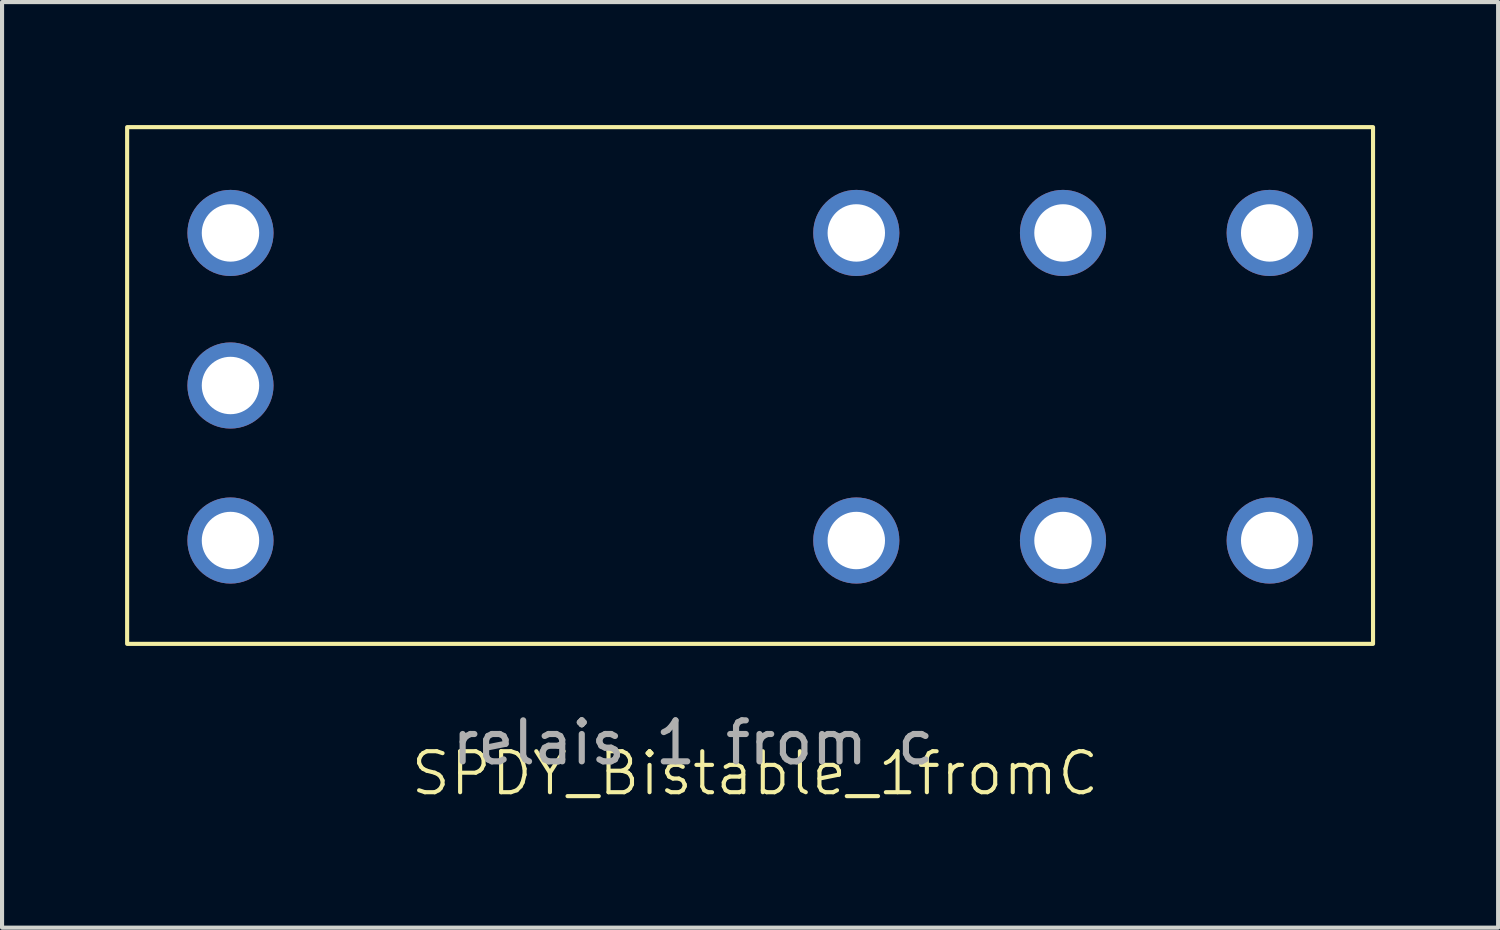
<source format=kicad_pcb>
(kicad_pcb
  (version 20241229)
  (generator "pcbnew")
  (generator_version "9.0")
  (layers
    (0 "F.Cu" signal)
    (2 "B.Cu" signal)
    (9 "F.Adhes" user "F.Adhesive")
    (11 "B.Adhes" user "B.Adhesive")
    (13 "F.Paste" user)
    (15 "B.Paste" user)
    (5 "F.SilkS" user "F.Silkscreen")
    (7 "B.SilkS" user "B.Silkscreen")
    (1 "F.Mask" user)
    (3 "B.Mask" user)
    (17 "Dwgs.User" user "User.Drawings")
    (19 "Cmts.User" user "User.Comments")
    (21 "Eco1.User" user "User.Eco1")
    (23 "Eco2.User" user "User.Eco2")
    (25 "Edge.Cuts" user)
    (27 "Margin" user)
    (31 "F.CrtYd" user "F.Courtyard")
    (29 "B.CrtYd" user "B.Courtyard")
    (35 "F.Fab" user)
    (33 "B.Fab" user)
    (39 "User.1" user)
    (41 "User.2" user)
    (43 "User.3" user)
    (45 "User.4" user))
  (footprint "SPDY_Bistable_1fromC"
    (layer "F.Cu")
    (at 15.24 6.35)
    (property "Reference" "SPDY_Bistable_1fromC" (at 0.12 9.46 0) (unlocked yes) (layer "F.SilkS") (effects (font (size 1 1) (thickness 0.1))))
    (attr smd)
    (fp_rect (start -15.19 -6.3) (end 15.19 6.3) (stroke (width 0.1) (type solid)) (fill no) (layer "F.SilkS"))
    (fp_text user "relais 1 from c" (at -1.39 8.71 0) (unlocked yes) (layer "F.Fab") (effects (font (size 1 1) (thickness 0.15))))
    (pad "1" thru_hole circle (at -12.67 -3.72) (size 2.1 2.1) (drill 1.4) (layers "*.Cu" "*.Mask"))
    (pad "2" thru_hole circle (at -12.67 3.78) (size 2.1 2.1) (drill 1.4) (layers "*.Cu" "*.Mask"))
    (pad "3" thru_hole circle (at -12.67 0) (size 2.1 2.1) (drill 1.4) (layers "*.Cu" "*.Mask"))
    (pad "4" thru_hole circle (at 2.59 -3.72) (size 2.1 2.1) (drill 1.4) (layers "*.Cu" "*.Mask"))
    (pad "5" thru_hole circle (at 2.59 3.78) (size 2.1 2.1) (drill 1.4) (layers "*.Cu" "*.Mask"))
    (pad "6" thru_hole circle (at 7.63 -3.72) (size 2.1 2.1) (drill 1.4) (layers "*.Cu" "*.Mask"))
    (pad "7" thru_hole circle (at 7.63 3.78) (size 2.1 2.1) (drill 1.4) (layers "*.Cu" "*.Mask"))
    (pad "8" thru_hole circle (at 12.67 -3.72) (size 2.1 2.1) (drill 1.4) (layers "*.Cu" "*.Mask"))
    (pad "9" thru_hole circle (at 12.67 3.78) (size 2.1 2.1) (drill 1.4) (layers "*.Cu" "*.Mask")))
  (gr_rect
    (start -3 -3)
    (end 33.48 19.57)
    (stroke (width 0.1) (type default))
    (fill no)
    (layer "Edge.Cuts")))
</source>
